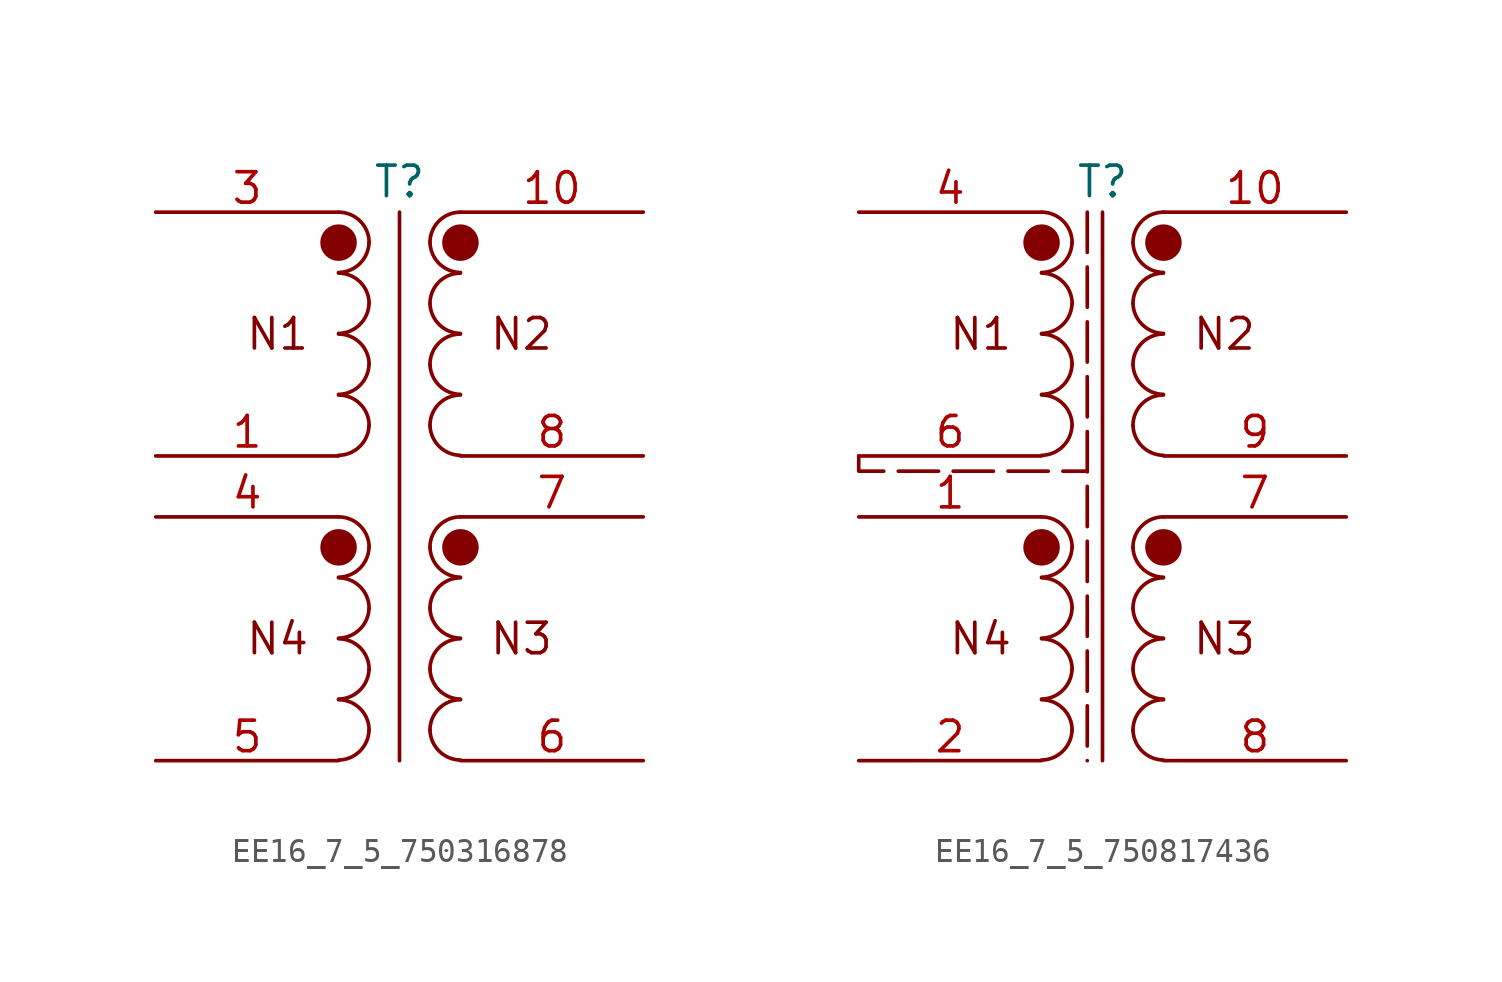
<source format=kicad_sym>
(kicad_symbol_lib
  (version 20220914)
  (generator kicad_symbol_editor)
  (symbol "EE16_7_5_750316878"
    (pin_names hide)
    (property "Reference" "T"
      (at 0 12.7 0)
      (effects (font (size 1.27 1.27))))
    (property "Critical Parameter" ""
      (at 0 -5.08 0)
      (effects (font (size 1.27 1.27)) (justify left)))
    (symbol "EE16_7_5_750316878_0_1"
      (arc (start -2.54 -11.4046) (mid -1.6561 -11.0363) (end -1.27 -10.16) (stroke (width 0) (type default)) (fill (type none)))
      (arc (start -2.54 -8.8646) (mid -1.6561 -8.4963) (end -1.27 -7.62) (stroke (width 0) (type default)) (fill (type none)))
      (arc (start -2.54 -6.3246) (mid -1.6561 -5.9563) (end -1.27 -5.08) (stroke (width 0) (type default)) (fill (type none)))
      (arc (start -2.54 -3.7846) (mid -1.6561 -3.4163) (end -1.27 -2.54) (stroke (width 0) (type default)) (fill (type none)))
      (arc (start -2.54 1.2954) (mid -1.6561 1.6637) (end -1.27 2.54) (stroke (width 0) (type default)) (fill (type none)))
      (arc (start -2.54 3.8354) (mid -1.6561 4.2037) (end -1.27 5.08) (stroke (width 0) (type default)) (fill (type none)))
      (arc (start -2.54 6.3754) (mid -1.6561 6.7437) (end -1.27 7.62) (stroke (width 0) (type default)) (fill (type none)))
      (arc (start -2.54 8.9154) (mid -1.6561 9.2837) (end -1.27 10.16) (stroke (width 0) (type default)) (fill (type none)))
      (arc (start -1.27 -10.16) (mid -1.642 -9.262) (end -2.54 -8.89) (stroke (width 0) (type default)) (fill (type none)))
      (arc (start -1.27 -7.62) (mid -1.642 -6.722) (end -2.54 -6.35) (stroke (width 0) (type default)) (fill (type none)))
      (arc (start -1.27 -5.08) (mid -1.642 -4.182) (end -2.54 -3.81) (stroke (width 0) (type default)) (fill (type none)))
      (arc (start -1.27 -2.54) (mid -1.642 -1.642) (end -2.54 -1.27) (stroke (width 0) (type default)) (fill (type none)))
      (arc (start -1.27 2.54) (mid -1.642 3.438) (end -2.54 3.81) (stroke (width 0) (type default)) (fill (type none)))
      (arc (start -1.27 5.08) (mid -1.642 5.978) (end -2.54 6.35) (stroke (width 0) (type default)) (fill (type none)))
      (arc (start -1.27 7.62) (mid -1.642 8.518) (end -2.54 8.89) (stroke (width 0) (type default)) (fill (type none)))
      (arc (start -1.27 10.16) (mid -1.642 11.058) (end -2.54 11.43) (stroke (width 0) (type default)) (fill (type none)))
      (polyline (pts (xy 0 -11.43) (xy 0 11.43)) (stroke (width 0) (type default)) (fill (type none)))
      (arc (start 1.27 -10.16) (mid 1.6561 -11.0363) (end 2.54 -11.4046) (stroke (width 0) (type default)) (fill (type none)))
      (arc (start 1.27 -7.62) (mid 1.6561 -8.4963) (end 2.54 -8.8646) (stroke (width 0) (type default)) (fill (type none)))
      (arc (start 1.27 -5.08) (mid 1.6561 -5.9563) (end 2.54 -6.3246) (stroke (width 0) (type default)) (fill (type none)))
      (arc (start 1.27 -2.54) (mid 1.6561 -3.4163) (end 2.54 -3.7846) (stroke (width 0) (type default)) (fill (type none)))
      (arc (start 1.27 2.54) (mid 1.6561 1.6637) (end 2.54 1.2954) (stroke (width 0) (type default)) (fill (type none)))
      (arc (start 1.27 5.08) (mid 1.6561 4.2037) (end 2.54 3.8354) (stroke (width 0) (type default)) (fill (type none)))
      (arc (start 1.27 7.62) (mid 1.6561 6.7437) (end 2.54 6.3754) (stroke (width 0) (type default)) (fill (type none)))
      (arc (start 1.27 10.16) (mid 1.6561 9.2837) (end 2.54 8.9154) (stroke (width 0) (type default)) (fill (type none)))
      (arc (start 2.54 -8.89) (mid 1.642 -9.262) (end 1.27 -10.16) (stroke (width 0) (type default)) (fill (type none)))
      (arc (start 2.54 -6.35) (mid 1.642 -6.722) (end 1.27 -7.62) (stroke (width 0) (type default)) (fill (type none)))
      (arc (start 2.54 -3.81) (mid 1.642 -4.182) (end 1.27 -5.08) (stroke (width 0) (type default)) (fill (type none)))
      (arc (start 2.54 -1.27) (mid 1.642 -1.642) (end 1.27 -2.54) (stroke (width 0) (type default)) (fill (type none)))
      (arc (start 2.54 3.81) (mid 1.642 3.438) (end 1.27 2.54) (stroke (width 0) (type default)) (fill (type none)))
      (arc (start 2.54 6.35) (mid 1.642 5.978) (end 1.27 5.08) (stroke (width 0) (type default)) (fill (type none)))
      (arc (start 2.54 8.89) (mid 1.642 8.518) (end 1.27 7.62) (stroke (width 0) (type default)) (fill (type none)))
      (arc (start 2.54 11.43) (mid 1.642 11.058) (end 1.27 10.16) (stroke (width 0) (type default)) (fill (type none))))
    (symbol "EE16_7_5_750316878_1_1"
      (circle (center -2.54 -2.54) (radius 0.0001) (stroke (width 0.762) (type default)) (fill (type none)))
      (circle (center -2.54 10.16) (radius 0.0001) (stroke (width 0.762) (type default)) (fill (type none)))
      (circle (center 2.54 -2.54) (radius 0.0001) (stroke (width 0.762) (type default)) (fill (type none)))
      (circle (center 2.54 10.16) (radius 0.0001) (stroke (width 0.762) (type default)) (fill (type none)))
      (text "N1" (at -5.08 6.35 0) (effects (font (size 1.27 1.27))))
      (text "N2" (at 5.08 6.35 0) (effects (font (size 1.27 1.27))))
      (text "N3" (at 5.08 -6.35 0) (effects (font (size 1.27 1.27))))
      (text "N4" (at -5.08 -6.35 0) (effects (font (size 1.27 1.27))))
      (pin passive line (at -10.16 1.27 0) (length 7.62) (name "1" (effects (font (size 1.27 1.27)))) (number "1" (effects (font (size 1.27 1.27)))))
      (pin passive line (at 10.16 11.43 180) (length 7.62) (name "10" (effects (font (size 1.27 1.27)))) (number "10" (effects (font (size 1.27 1.27)))))
      (pin passive line (at -10.16 11.43 0) (length 7.62) (name "3" (effects (font (size 1.27 1.27)))) (number "3" (effects (font (size 1.27 1.27)))))
      (pin passive line (at -10.16 -1.27 0) (length 7.62) (name "4" (effects (font (size 1.27 1.27)))) (number "4" (effects (font (size 1.27 1.27)))))
      (pin passive line (at -10.16 -11.43 0) (length 7.62) (name "5" (effects (font (size 1.27 1.27)))) (number "5" (effects (font (size 1.27 1.27)))))
      (pin passive line (at 10.16 -11.43 180) (length 7.62) (name "6" (effects (font (size 1.27 1.27)))) (number "6" (effects (font (size 1.27 1.27)))))
      (pin passive line (at 10.16 -1.27 180) (length 7.62) (name "7" (effects (font (size 1.27 1.27)))) (number "7" (effects (font (size 1.27 1.27)))))
      (pin passive line (at 10.16 1.27 180) (length 7.62) (name "8" (effects (font (size 1.27 1.27)))) (number "8" (effects (font (size 1.27 1.27)))))))
  (symbol "EE16_7_5_750817436"
    (pin_names hide)
    (property "Reference" "T"
      (at 0 12.7 0)
      (effects (font (size 1.27 1.27))))
    (property "Critical Parameter" ""
      (at 0 -5.08 0)
      (effects (font (size 1.27 1.27)) (justify left)))
    (symbol "EE16_7_5_750817436_0_1"
      (arc (start -2.54 -11.4046) (mid -1.6561 -11.0363) (end -1.27 -10.16) (stroke (width 0) (type default)) (fill (type none)))
      (arc (start -2.54 -8.8646) (mid -1.6561 -8.4963) (end -1.27 -7.62) (stroke (width 0) (type default)) (fill (type none)))
      (arc (start -2.54 -6.3246) (mid -1.6561 -5.9563) (end -1.27 -5.08) (stroke (width 0) (type default)) (fill (type none)))
      (arc (start -2.54 -3.7846) (mid -1.6561 -3.4163) (end -1.27 -2.54) (stroke (width 0) (type default)) (fill (type none)))
      (arc (start -2.54 1.2954) (mid -1.6561 1.6637) (end -1.27 2.54) (stroke (width 0) (type default)) (fill (type none)))
      (arc (start -2.54 3.8354) (mid -1.6561 4.2037) (end -1.27 5.08) (stroke (width 0) (type default)) (fill (type none)))
      (arc (start -2.54 6.3754) (mid -1.6561 6.7437) (end -1.27 7.62) (stroke (width 0) (type default)) (fill (type none)))
      (arc (start -2.54 8.9154) (mid -1.6561 9.2837) (end -1.27 10.16) (stroke (width 0) (type default)) (fill (type none)))
      (arc (start -1.27 -10.16) (mid -1.642 -9.262) (end -2.54 -8.89) (stroke (width 0) (type default)) (fill (type none)))
      (arc (start -1.27 -7.62) (mid -1.642 -6.722) (end -2.54 -6.35) (stroke (width 0) (type default)) (fill (type none)))
      (arc (start -1.27 -5.08) (mid -1.642 -4.182) (end -2.54 -3.81) (stroke (width 0) (type default)) (fill (type none)))
      (arc (start -1.27 -2.54) (mid -1.642 -1.642) (end -2.54 -1.27) (stroke (width 0) (type default)) (fill (type none)))
      (arc (start -1.27 2.54) (mid -1.642 3.438) (end -2.54 3.81) (stroke (width 0) (type default)) (fill (type none)))
      (arc (start -1.27 5.08) (mid -1.642 5.978) (end -2.54 6.35) (stroke (width 0) (type default)) (fill (type none)))
      (arc (start -1.27 7.62) (mid -1.642 8.518) (end -2.54 8.89) (stroke (width 0) (type default)) (fill (type none)))
      (arc (start -1.27 10.16) (mid -1.642 11.058) (end -2.54 11.43) (stroke (width 0) (type default)) (fill (type none)))
      (polyline (pts (xy 0 -11.43) (xy 0 11.43)) (stroke (width 0) (type default)) (fill (type none)))
      (arc (start 1.27 -10.16) (mid 1.6561 -11.0363) (end 2.54 -11.4046) (stroke (width 0) (type default)) (fill (type none)))
      (arc (start 1.27 -7.62) (mid 1.6561 -8.4963) (end 2.54 -8.8646) (stroke (width 0) (type default)) (fill (type none)))
      (arc (start 1.27 -5.08) (mid 1.6561 -5.9563) (end 2.54 -6.3246) (stroke (width 0) (type default)) (fill (type none)))
      (arc (start 1.27 -2.54) (mid 1.6561 -3.4163) (end 2.54 -3.7846) (stroke (width 0) (type default)) (fill (type none)))
      (arc (start 1.27 2.54) (mid 1.6561 1.6637) (end 2.54 1.2954) (stroke (width 0) (type default)) (fill (type none)))
      (arc (start 1.27 5.08) (mid 1.6561 4.2037) (end 2.54 3.8354) (stroke (width 0) (type default)) (fill (type none)))
      (arc (start 1.27 7.62) (mid 1.6561 6.7437) (end 2.54 6.3754) (stroke (width 0) (type default)) (fill (type none)))
      (arc (start 1.27 10.16) (mid 1.6561 9.2837) (end 2.54 8.9154) (stroke (width 0) (type default)) (fill (type none)))
      (arc (start 2.54 -8.89) (mid 1.642 -9.262) (end 1.27 -10.16) (stroke (width 0) (type default)) (fill (type none)))
      (arc (start 2.54 -6.35) (mid 1.642 -6.722) (end 1.27 -7.62) (stroke (width 0) (type default)) (fill (type none)))
      (arc (start 2.54 -3.81) (mid 1.642 -4.182) (end 1.27 -5.08) (stroke (width 0) (type default)) (fill (type none)))
      (arc (start 2.54 -1.27) (mid 1.642 -1.642) (end 1.27 -2.54) (stroke (width 0) (type default)) (fill (type none)))
      (arc (start 2.54 3.81) (mid 1.642 3.438) (end 1.27 2.54) (stroke (width 0) (type default)) (fill (type none)))
      (arc (start 2.54 6.35) (mid 1.642 5.978) (end 1.27 5.08) (stroke (width 0) (type default)) (fill (type none)))
      (arc (start 2.54 8.89) (mid 1.642 8.518) (end 1.27 7.62) (stroke (width 0) (type default)) (fill (type none)))
      (arc (start 2.54 11.43) (mid 1.642 11.058) (end 1.27 10.16) (stroke (width 0) (type default)) (fill (type none))))
    (symbol "EE16_7_5_750817436_1_1"
      (circle (center -2.54 -2.54) (radius 0.0001) (stroke (width 0.762) (type default)) (fill (type none)))
      (circle (center -2.54 10.16) (radius 0.0001) (stroke (width 0.762) (type default)) (fill (type none)))
      (polyline (pts (xy -0.635 11.43) (xy -0.635 -11.43)) (stroke (width 0) (type dash)) (fill (type none)))
      (polyline (pts (xy -10.16 1.27) (xy -10.16 0.635) (xy -0.635 0.635)) (stroke (width 0) (type dash)) (fill (type none)))
      (circle (center 2.54 -2.54) (radius 0.0001) (stroke (width 0.762) (type default)) (fill (type none)))
      (circle (center 2.54 10.16) (radius 0.0001) (stroke (width 0.762) (type default)) (fill (type none)))
      (text "N1" (at -5.08 6.35 0) (effects (font (size 1.27 1.27))))
      (text "N2" (at 5.08 6.35 0) (effects (font (size 1.27 1.27))))
      (text "N3" (at 5.08 -6.35 0) (effects (font (size 1.27 1.27))))
      (text "N4" (at -5.08 -6.35 0) (effects (font (size 1.27 1.27))))
      (pin passive line (at -10.16 -1.27 0) (length 7.62) (name "1" (effects (font (size 1.27 1.27)))) (number "1" (effects (font (size 1.27 1.27)))))
      (pin passive line (at 10.16 11.43 180) (length 7.62) (name "10" (effects (font (size 1.27 1.27)))) (number "10" (effects (font (size 1.27 1.27)))))
      (pin passive line (at -10.16 -11.43 0) (length 7.62) (name "2" (effects (font (size 1.27 1.27)))) (number "2" (effects (font (size 1.27 1.27)))))
      (pin passive line (at -10.16 11.43 0) (length 7.62) (name "4" (effects (font (size 1.27 1.27)))) (number "4" (effects (font (size 1.27 1.27)))))
      (pin passive line (at -10.16 1.27 0) (length 7.62) (name "6" (effects (font (size 1.27 1.27)))) (number "6" (effects (font (size 1.27 1.27)))))
      (pin passive line (at 10.16 -1.27 180) (length 7.62) (name "7" (effects (font (size 1.27 1.27)))) (number "7" (effects (font (size 1.27 1.27)))))
      (pin passive line (at 10.16 -11.43 180) (length 7.62) (name "8" (effects (font (size 1.27 1.27)))) (number "8" (effects (font (size 1.27 1.27)))))
      (pin passive line (at 10.16 1.27 180) (length 7.62) (name "9" (effects (font (size 1.27 1.27)))) (number "9" (effects (font (size 1.27 1.27))))))))
</source>
